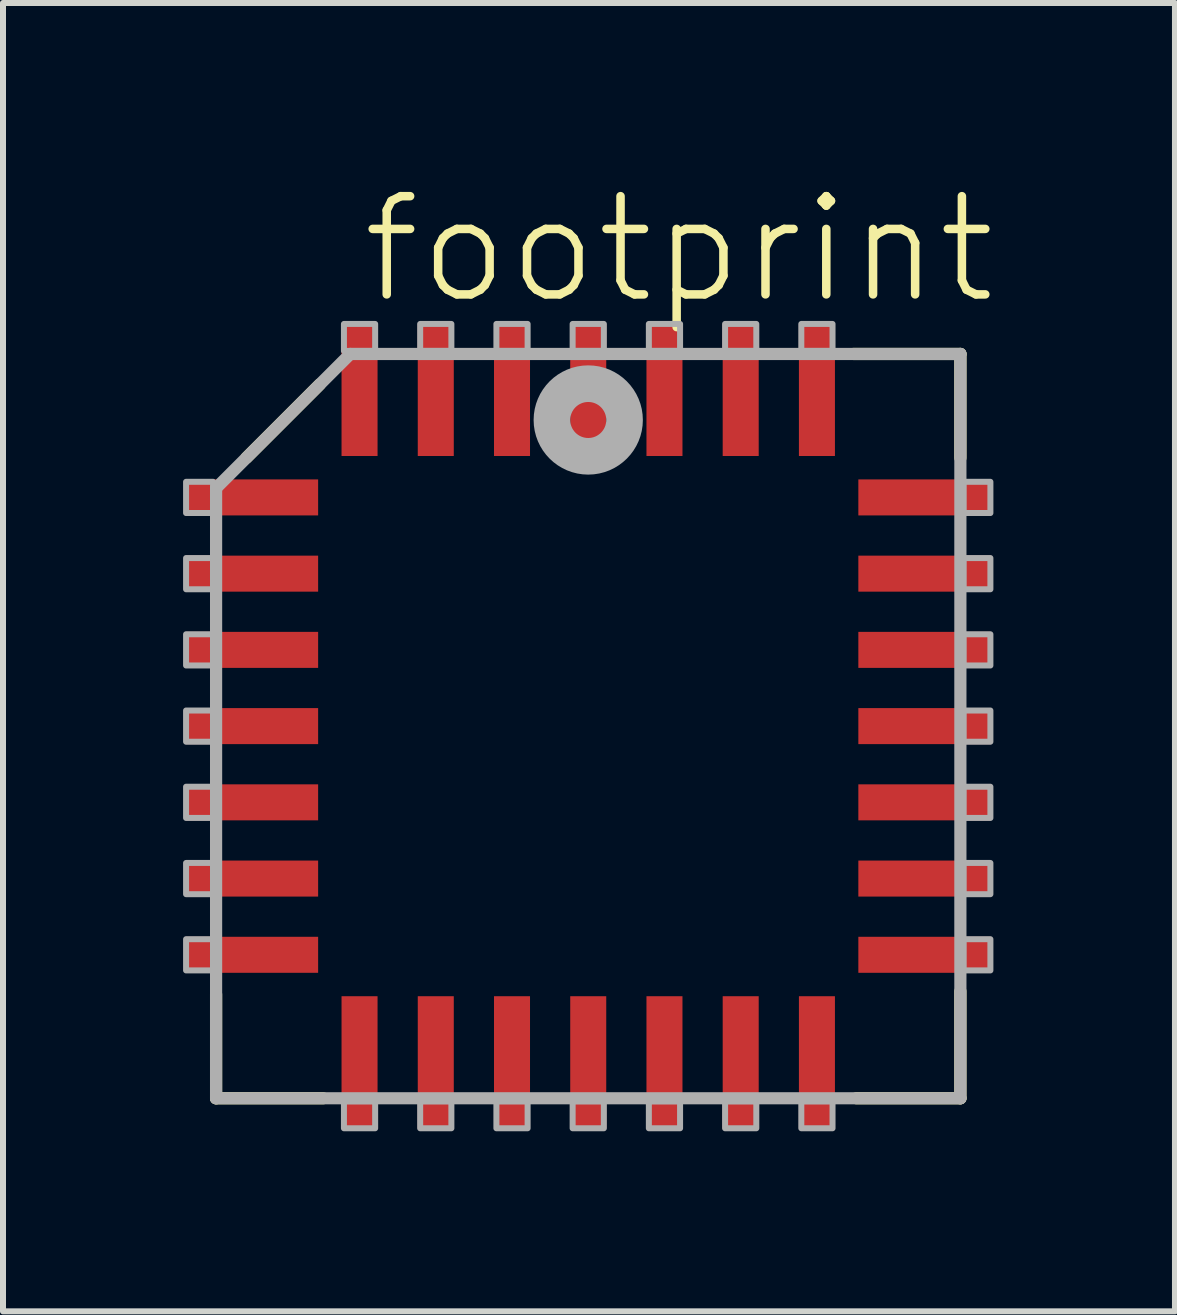
<source format=kicad_pcb>
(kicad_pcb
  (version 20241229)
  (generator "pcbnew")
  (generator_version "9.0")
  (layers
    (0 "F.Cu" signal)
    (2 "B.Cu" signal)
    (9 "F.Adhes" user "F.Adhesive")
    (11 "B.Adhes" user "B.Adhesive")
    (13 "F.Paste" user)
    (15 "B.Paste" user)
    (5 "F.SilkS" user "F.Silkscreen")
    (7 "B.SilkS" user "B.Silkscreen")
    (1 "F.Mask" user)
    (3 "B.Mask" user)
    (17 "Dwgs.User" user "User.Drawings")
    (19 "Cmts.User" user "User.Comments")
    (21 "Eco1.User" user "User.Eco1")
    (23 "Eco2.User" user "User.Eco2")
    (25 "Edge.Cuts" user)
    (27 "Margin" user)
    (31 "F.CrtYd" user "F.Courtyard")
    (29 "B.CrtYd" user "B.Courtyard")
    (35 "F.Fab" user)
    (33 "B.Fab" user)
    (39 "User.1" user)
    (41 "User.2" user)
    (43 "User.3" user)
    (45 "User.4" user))
  (footprint "footprint"
    (layer "F.Cu")
    (at 6.75 9.047)
    (property "Reference" "footprint" (at -3.84 -6.985 0) (layer "F.SilkS") (effects (font (size 1.636 1.636) (thickness 0.142)) (justify left bottom)))
    (fp_line (start -6.2 4.468) (end -6.2 6.2) (stroke (width 0.203) (type solid)) (layer "F.SilkS"))
    (fp_line (start -6.2 6.2) (end -4.417 6.2) (stroke (width 0.203) (type solid)) (layer "F.SilkS"))
    (fp_line (start -4.473 -5.692) (end -5.692 -4.473) (stroke (width 0.203) (type solid)) (layer "F.SilkS"))
    (fp_line (start 4.468 6.2) (end 6.2 6.2) (stroke (width 0.203) (type solid)) (layer "F.SilkS"))
    (fp_line (start 6.2 -6.2) (end 4.417 -6.2) (stroke (width 0.203) (type solid)) (layer "F.SilkS"))
    (fp_line (start 6.2 -4.468) (end 6.2 -6.2) (stroke (width 0.203) (type solid)) (layer "F.SilkS"))
    (fp_line (start 6.2 6.2) (end 6.2 4.417) (stroke (width 0.203) (type solid)) (layer "F.SilkS"))
    (fp_line (start -6.2 -3.965) (end -6.2 6.2) (stroke (width 0.203) (type solid)) (layer "F.Fab"))
    (fp_line (start -6.2 6.2) (end 6.2 6.2) (stroke (width 0.203) (type solid)) (layer "F.Fab"))
    (fp_line (start -3.965 -6.2) (end -6.2 -3.965) (stroke (width 0.203) (type solid)) (layer "F.Fab"))
    (fp_line (start 6.2 -6.2) (end -3.965 -6.2) (stroke (width 0.203) (type solid)) (layer "F.Fab"))
    (fp_line (start 6.2 6.2) (end 6.2 -6.2) (stroke (width 0.203) (type solid)) (layer "F.Fab"))
    (fp_circle (center 0 -5.1) (end 0.3 -5.1) (stroke (width 0.61) (type solid)) (fill no) (layer "F.Fab"))
    (fp_poly (pts (xy -6.7 -3.55) (xy -6.25 -3.55) (xy -6.25 -4.07) (xy -6.7 -4.07)) (stroke (width 0.1) (type solid)) (fill no) (layer "F.Fab"))
    (fp_poly (pts (xy -6.7 -2.28) (xy -6.25 -2.28) (xy -6.25 -2.8) (xy -6.7 -2.8)) (stroke (width 0.1) (type solid)) (fill no) (layer "F.Fab"))
    (fp_poly (pts (xy -6.7 -1.01) (xy -6.25 -1.01) (xy -6.25 -1.53) (xy -6.7 -1.53)) (stroke (width 0.1) (type solid)) (fill no) (layer "F.Fab"))
    (fp_poly (pts (xy -6.7 0.26) (xy -6.25 0.26) (xy -6.25 -0.26) (xy -6.7 -0.26)) (stroke (width 0.1) (type solid)) (fill no) (layer "F.Fab"))
    (fp_poly (pts (xy -6.7 1.53) (xy -6.25 1.53) (xy -6.25 1.01) (xy -6.7 1.01)) (stroke (width 0.1) (type solid)) (fill no) (layer "F.Fab"))
    (fp_poly (pts (xy -6.7 2.8) (xy -6.25 2.8) (xy -6.25 2.28) (xy -6.7 2.28)) (stroke (width 0.1) (type solid)) (fill no) (layer "F.Fab"))
    (fp_poly (pts (xy -6.7 4.07) (xy -6.25 4.07) (xy -6.25 3.55) (xy -6.7 3.55)) (stroke (width 0.1) (type solid)) (fill no) (layer "F.Fab"))
    (fp_poly (pts (xy -4.07 -6.25) (xy -3.55 -6.25) (xy -3.55 -6.7) (xy -4.07 -6.7)) (stroke (width 0.1) (type solid)) (fill no) (layer "F.Fab"))
    (fp_poly (pts (xy -4.07 6.7) (xy -3.55 6.7) (xy -3.55 6.25) (xy -4.07 6.25)) (stroke (width 0.1) (type solid)) (fill no) (layer "F.Fab"))
    (fp_poly (pts (xy -2.8 -6.25) (xy -2.28 -6.25) (xy -2.28 -6.7) (xy -2.8 -6.7)) (stroke (width 0.1) (type solid)) (fill no) (layer "F.Fab"))
    (fp_poly (pts (xy -2.8 6.7) (xy -2.28 6.7) (xy -2.28 6.25) (xy -2.8 6.25)) (stroke (width 0.1) (type solid)) (fill no) (layer "F.Fab"))
    (fp_poly (pts (xy -1.53 -6.25) (xy -1.01 -6.25) (xy -1.01 -6.7) (xy -1.53 -6.7)) (stroke (width 0.1) (type solid)) (fill no) (layer "F.Fab"))
    (fp_poly (pts (xy -1.53 6.7) (xy -1.01 6.7) (xy -1.01 6.25) (xy -1.53 6.25)) (stroke (width 0.1) (type solid)) (fill no) (layer "F.Fab"))
    (fp_poly (pts (xy -0.26 -6.25) (xy 0.26 -6.25) (xy 0.26 -6.7) (xy -0.26 -6.7)) (stroke (width 0.1) (type solid)) (fill no) (layer "F.Fab"))
    (fp_poly (pts (xy -0.26 6.7) (xy 0.26 6.7) (xy 0.26 6.25) (xy -0.26 6.25)) (stroke (width 0.1) (type solid)) (fill no) (layer "F.Fab"))
    (fp_poly (pts (xy 1.01 -6.25) (xy 1.53 -6.25) (xy 1.53 -6.7) (xy 1.01 -6.7)) (stroke (width 0.1) (type solid)) (fill no) (layer "F.Fab"))
    (fp_poly (pts (xy 1.01 6.7) (xy 1.53 6.7) (xy 1.53 6.25) (xy 1.01 6.25)) (stroke (width 0.1) (type solid)) (fill no) (layer "F.Fab"))
    (fp_poly (pts (xy 2.28 -6.25) (xy 2.8 -6.25) (xy 2.8 -6.7) (xy 2.28 -6.7)) (stroke (width 0.1) (type solid)) (fill no) (layer "F.Fab"))
    (fp_poly (pts (xy 2.28 6.7) (xy 2.8 6.7) (xy 2.8 6.25) (xy 2.28 6.25)) (stroke (width 0.1) (type solid)) (fill no) (layer "F.Fab"))
    (fp_poly (pts (xy 3.55 -6.25) (xy 4.07 -6.25) (xy 4.07 -6.7) (xy 3.55 -6.7)) (stroke (width 0.1) (type solid)) (fill no) (layer "F.Fab"))
    (fp_poly (pts (xy 3.55 6.7) (xy 4.07 6.7) (xy 4.07 6.25) (xy 3.55 6.25)) (stroke (width 0.1) (type solid)) (fill no) (layer "F.Fab"))
    (fp_poly (pts (xy 6.25 -3.55) (xy 6.7 -3.55) (xy 6.7 -4.07) (xy 6.25 -4.07)) (stroke (width 0.1) (type solid)) (fill no) (layer "F.Fab"))
    (fp_poly (pts (xy 6.25 -2.28) (xy 6.7 -2.28) (xy 6.7 -2.8) (xy 6.25 -2.8)) (stroke (width 0.1) (type solid)) (fill no) (layer "F.Fab"))
    (fp_poly (pts (xy 6.25 -1.01) (xy 6.7 -1.01) (xy 6.7 -1.53) (xy 6.25 -1.53)) (stroke (width 0.1) (type solid)) (fill no) (layer "F.Fab"))
    (fp_poly (pts (xy 6.25 0.26) (xy 6.7 0.26) (xy 6.7 -0.26) (xy 6.25 -0.26)) (stroke (width 0.1) (type solid)) (fill no) (layer "F.Fab"))
    (fp_poly (pts (xy 6.25 1.53) (xy 6.7 1.53) (xy 6.7 1.01) (xy 6.25 1.01)) (stroke (width 0.1) (type solid)) (fill no) (layer "F.Fab"))
    (fp_poly (pts (xy 6.25 2.8) (xy 6.7 2.8) (xy 6.7 2.28) (xy 6.25 2.28)) (stroke (width 0.1) (type solid)) (fill no) (layer "F.Fab"))
    (fp_poly (pts (xy 6.25 4.07) (xy 6.7 4.07) (xy 6.7 3.55) (xy 6.25 3.55)) (stroke (width 0.1) (type solid)) (fill no) (layer "F.Fab"))
    (pad "1" smd rect (at 0 -5.6) (size 0.6 2.2) (layers "F.Cu" "F.Mask" "F.Paste"))
    (pad "2" smd rect (at -1.27 -5.6) (size 0.6 2.2) (layers "F.Cu" "F.Mask" "F.Paste"))
    (pad "3" smd rect (at -2.54 -5.6) (size 0.6 2.2) (layers "F.Cu" "F.Mask" "F.Paste"))
    (pad "4" smd rect (at -3.81 -5.6) (size 0.6 2.2) (layers "F.Cu" "F.Mask" "F.Paste"))
    (pad "5" smd rect (at -5.6 -3.81) (size 2.2 0.6) (layers "F.Cu" "F.Mask" "F.Paste"))
    (pad "6" smd rect (at -5.6 -2.54) (size 2.2 0.6) (layers "F.Cu" "F.Mask" "F.Paste"))
    (pad "7" smd rect (at -5.6 -1.27) (size 2.2 0.6) (layers "F.Cu" "F.Mask" "F.Paste"))
    (pad "8" smd rect (at -5.6 0) (size 2.2 0.6) (layers "F.Cu" "F.Mask" "F.Paste"))
    (pad "9" smd rect (at -5.6 1.27) (size 2.2 0.6) (layers "F.Cu" "F.Mask" "F.Paste"))
    (pad "10" smd rect (at -5.6 2.54) (size 2.2 0.6) (layers "F.Cu" "F.Mask" "F.Paste"))
    (pad "11" smd rect (at -5.6 3.81) (size 2.2 0.6) (layers "F.Cu" "F.Mask" "F.Paste"))
    (pad "12" smd rect (at -3.81 5.6) (size 0.6 2.2) (layers "F.Cu" "F.Mask" "F.Paste"))
    (pad "13" smd rect (at -2.54 5.6) (size 0.6 2.2) (layers "F.Cu" "F.Mask" "F.Paste"))
    (pad "14" smd rect (at -1.27 5.6) (size 0.6 2.2) (layers "F.Cu" "F.Mask" "F.Paste"))
    (pad "15" smd rect (at 0 5.6) (size 0.6 2.2) (layers "F.Cu" "F.Mask" "F.Paste"))
    (pad "16" smd rect (at 1.27 5.6) (size 0.6 2.2) (layers "F.Cu" "F.Mask" "F.Paste"))
    (pad "17" smd rect (at 2.54 5.6) (size 0.6 2.2) (layers "F.Cu" "F.Mask" "F.Paste"))
    (pad "18" smd rect (at 3.81 5.6) (size 0.6 2.2) (layers "F.Cu" "F.Mask" "F.Paste"))
    (pad "19" smd rect (at 5.6 3.81) (size 2.2 0.6) (layers "F.Cu" "F.Mask" "F.Paste"))
    (pad "20" smd rect (at 5.6 2.54) (size 2.2 0.6) (layers "F.Cu" "F.Mask" "F.Paste"))
    (pad "21" smd rect (at 5.6 1.27) (size 2.2 0.6) (layers "F.Cu" "F.Mask" "F.Paste"))
    (pad "22" smd rect (at 5.6 0) (size 2.2 0.6) (layers "F.Cu" "F.Mask" "F.Paste"))
    (pad "23" smd rect (at 5.6 -1.27) (size 2.2 0.6) (layers "F.Cu" "F.Mask" "F.Paste"))
    (pad "24" smd rect (at 5.6 -2.54) (size 2.2 0.6) (layers "F.Cu" "F.Mask" "F.Paste"))
    (pad "25" smd rect (at 5.6 -3.81) (size 2.2 0.6) (layers "F.Cu" "F.Mask" "F.Paste"))
    (pad "26" smd rect (at 3.81 -5.6) (size 0.6 2.2) (layers "F.Cu" "F.Mask" "F.Paste"))
    (pad "27" smd rect (at 2.54 -5.6) (size 0.6 2.2) (layers "F.Cu" "F.Mask" "F.Paste"))
    (pad "28" smd rect (at 1.27 -5.6) (size 0.6 2.2) (layers "F.Cu" "F.Mask" "F.Paste")))
  (gr_rect
    (start -3 -3)
    (end 16.525 18.797)
    (stroke (width 0.1) (type default))
    (fill no)
    (layer "Edge.Cuts")))
</source>
